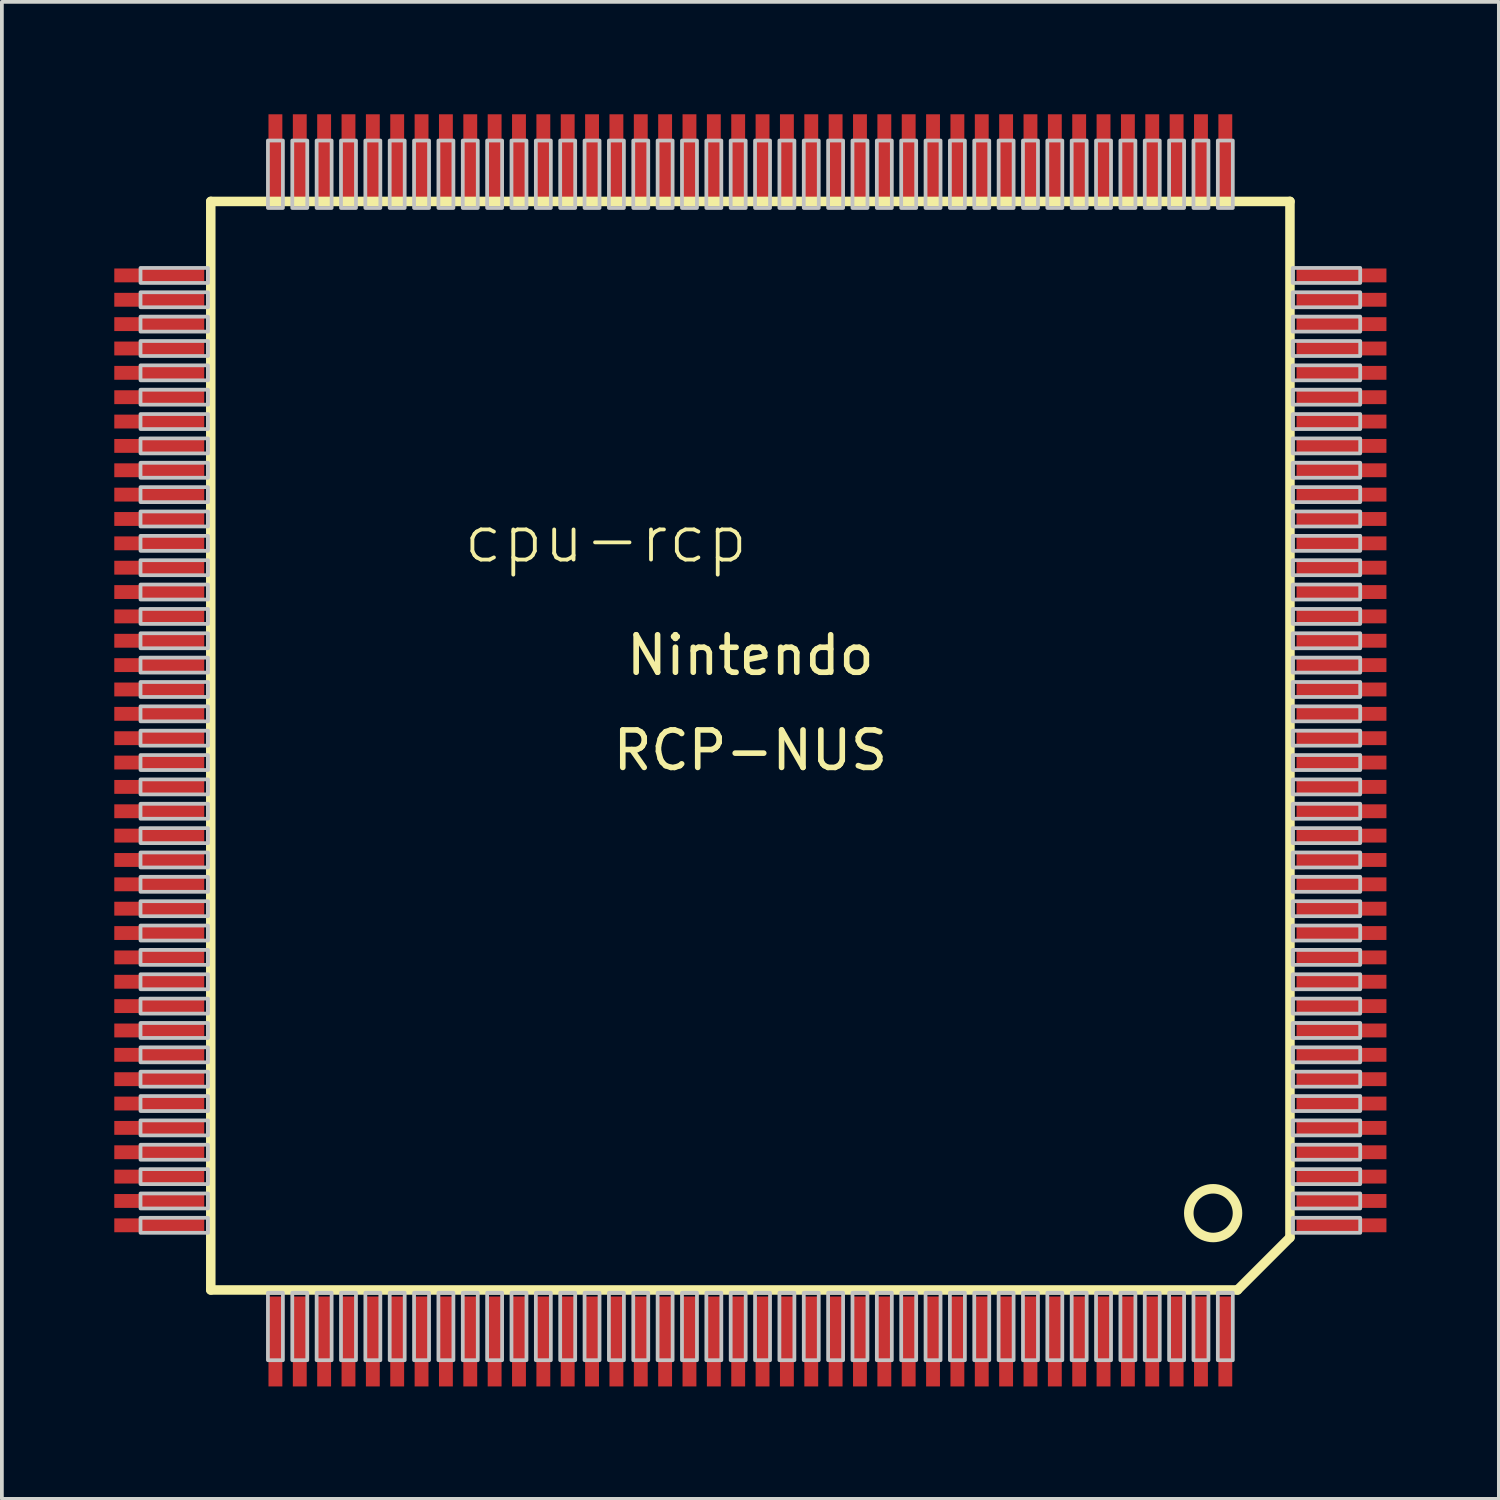
<source format=kicad_pcb>
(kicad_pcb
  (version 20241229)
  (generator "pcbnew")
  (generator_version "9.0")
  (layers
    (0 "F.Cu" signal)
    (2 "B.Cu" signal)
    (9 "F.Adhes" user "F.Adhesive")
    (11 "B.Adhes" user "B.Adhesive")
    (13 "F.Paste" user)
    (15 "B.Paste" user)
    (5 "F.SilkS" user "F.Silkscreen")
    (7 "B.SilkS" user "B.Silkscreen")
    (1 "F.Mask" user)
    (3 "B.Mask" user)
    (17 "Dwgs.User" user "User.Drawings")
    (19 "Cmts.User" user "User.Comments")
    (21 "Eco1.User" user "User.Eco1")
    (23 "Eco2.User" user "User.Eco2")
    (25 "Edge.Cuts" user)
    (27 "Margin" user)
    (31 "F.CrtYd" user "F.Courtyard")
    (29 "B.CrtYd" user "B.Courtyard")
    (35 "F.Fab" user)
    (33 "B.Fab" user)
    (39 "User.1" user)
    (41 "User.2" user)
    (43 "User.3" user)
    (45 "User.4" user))
  (footprint "cpu-rcp"
    (layer "F.Cu")
    (at 16.975 16.975)
    (property "Reference" "cpu-rcp" (at 0 -6.35 0) (layer "F.SilkS") (effects (font (size 1.206 1.206) (thickness 0.102)) (justify right top)))
    (attr through_hole)
    (fp_line (start -14.4 -14.65) (end 14.4 -14.65) (stroke (width 0.254) (type solid)) (layer "F.SilkS"))
    (fp_line (start -14.4 14.4) (end -14.4 -14.65) (stroke (width 0.254) (type solid)) (layer "F.SilkS"))
    (fp_line (start 13 14.4) (end -14.4 14.4) (stroke (width 0.254) (type solid)) (layer "F.SilkS"))
    (fp_line (start 14.4 -14.65) (end 14.4 13) (stroke (width 0.254) (type solid)) (layer "F.SilkS"))
    (fp_line (start 14.4 13) (end 13 14.4) (stroke (width 0.254) (type solid)) (layer "F.SilkS"))
    (fp_circle (center 12.35 12.35) (end 13 12.35) (stroke (width 0.254) (type solid)) (fill no) (layer "F.SilkS"))
    (fp_poly (pts (xy -16.275 -12.475) (xy -14.475 -12.475) (xy -14.475 -12.875) (xy -16.275 -12.875)) (stroke (width 0.1) (type solid)) (fill no) (layer "Dwgs.User"))
    (fp_poly (pts (xy -16.275 -11.825) (xy -14.475 -11.825) (xy -14.475 -12.225) (xy -16.275 -12.225)) (stroke (width 0.1) (type solid)) (fill no) (layer "Dwgs.User"))
    (fp_poly (pts (xy -16.275 -11.175) (xy -14.475 -11.175) (xy -14.475 -11.575) (xy -16.275 -11.575)) (stroke (width 0.1) (type solid)) (fill no) (layer "Dwgs.User"))
    (fp_poly (pts (xy -16.275 -10.525) (xy -14.475 -10.525) (xy -14.475 -10.925) (xy -16.275 -10.925)) (stroke (width 0.1) (type solid)) (fill no) (layer "Dwgs.User"))
    (fp_poly (pts (xy -16.275 -9.875) (xy -14.475 -9.875) (xy -14.475 -10.275) (xy -16.275 -10.275)) (stroke (width 0.1) (type solid)) (fill no) (layer "Dwgs.User"))
    (fp_poly (pts (xy -16.275 -9.225) (xy -14.475 -9.225) (xy -14.475 -9.625) (xy -16.275 -9.625)) (stroke (width 0.1) (type solid)) (fill no) (layer "Dwgs.User"))
    (fp_poly (pts (xy -16.275 -8.575) (xy -14.475 -8.575) (xy -14.475 -8.975) (xy -16.275 -8.975)) (stroke (width 0.1) (type solid)) (fill no) (layer "Dwgs.User"))
    (fp_poly (pts (xy -16.275 -7.925) (xy -14.475 -7.925) (xy -14.475 -8.325) (xy -16.275 -8.325)) (stroke (width 0.1) (type solid)) (fill no) (layer "Dwgs.User"))
    (fp_poly (pts (xy -16.275 -7.275) (xy -14.475 -7.275) (xy -14.475 -7.675) (xy -16.275 -7.675)) (stroke (width 0.1) (type solid)) (fill no) (layer "Dwgs.User"))
    (fp_poly (pts (xy -16.275 -6.625) (xy -14.475 -6.625) (xy -14.475 -7.025) (xy -16.275 -7.025)) (stroke (width 0.1) (type solid)) (fill no) (layer "Dwgs.User"))
    (fp_poly (pts (xy -16.275 -5.975) (xy -14.475 -5.975) (xy -14.475 -6.375) (xy -16.275 -6.375)) (stroke (width 0.1) (type solid)) (fill no) (layer "Dwgs.User"))
    (fp_poly (pts (xy -16.275 -5.325) (xy -14.475 -5.325) (xy -14.475 -5.725) (xy -16.275 -5.725)) (stroke (width 0.1) (type solid)) (fill no) (layer "Dwgs.User"))
    (fp_poly (pts (xy -16.275 -4.675) (xy -14.475 -4.675) (xy -14.475 -5.075) (xy -16.275 -5.075)) (stroke (width 0.1) (type solid)) (fill no) (layer "Dwgs.User"))
    (fp_poly (pts (xy -16.275 -4.025) (xy -14.475 -4.025) (xy -14.475 -4.425) (xy -16.275 -4.425)) (stroke (width 0.1) (type solid)) (fill no) (layer "Dwgs.User"))
    (fp_poly (pts (xy -16.275 -3.375) (xy -14.475 -3.375) (xy -14.475 -3.775) (xy -16.275 -3.775)) (stroke (width 0.1) (type solid)) (fill no) (layer "Dwgs.User"))
    (fp_poly (pts (xy -16.275 -2.725) (xy -14.475 -2.725) (xy -14.475 -3.125) (xy -16.275 -3.125)) (stroke (width 0.1) (type solid)) (fill no) (layer "Dwgs.User"))
    (fp_poly (pts (xy -16.275 -2.075) (xy -14.475 -2.075) (xy -14.475 -2.475) (xy -16.275 -2.475)) (stroke (width 0.1) (type solid)) (fill no) (layer "Dwgs.User"))
    (fp_poly (pts (xy -16.275 -1.425) (xy -14.475 -1.425) (xy -14.475 -1.825) (xy -16.275 -1.825)) (stroke (width 0.1) (type solid)) (fill no) (layer "Dwgs.User"))
    (fp_poly (pts (xy -16.275 -0.775) (xy -14.475 -0.775) (xy -14.475 -1.175) (xy -16.275 -1.175)) (stroke (width 0.1) (type solid)) (fill no) (layer "Dwgs.User"))
    (fp_poly (pts (xy -16.275 -0.125) (xy -14.475 -0.125) (xy -14.475 -0.525) (xy -16.275 -0.525)) (stroke (width 0.1) (type solid)) (fill no) (layer "Dwgs.User"))
    (fp_poly (pts (xy -16.275 0.525) (xy -14.475 0.525) (xy -14.475 0.125) (xy -16.275 0.125)) (stroke (width 0.1) (type solid)) (fill no) (layer "Dwgs.User"))
    (fp_poly (pts (xy -16.275 1.175) (xy -14.475 1.175) (xy -14.475 0.775) (xy -16.275 0.775)) (stroke (width 0.1) (type solid)) (fill no) (layer "Dwgs.User"))
    (fp_poly (pts (xy -16.275 1.825) (xy -14.475 1.825) (xy -14.475 1.425) (xy -16.275 1.425)) (stroke (width 0.1) (type solid)) (fill no) (layer "Dwgs.User"))
    (fp_poly (pts (xy -16.275 2.475) (xy -14.475 2.475) (xy -14.475 2.075) (xy -16.275 2.075)) (stroke (width 0.1) (type solid)) (fill no) (layer "Dwgs.User"))
    (fp_poly (pts (xy -16.275 3.125) (xy -14.475 3.125) (xy -14.475 2.725) (xy -16.275 2.725)) (stroke (width 0.1) (type solid)) (fill no) (layer "Dwgs.User"))
    (fp_poly (pts (xy -16.275 3.775) (xy -14.475 3.775) (xy -14.475 3.375) (xy -16.275 3.375)) (stroke (width 0.1) (type solid)) (fill no) (layer "Dwgs.User"))
    (fp_poly (pts (xy -16.275 4.425) (xy -14.475 4.425) (xy -14.475 4.025) (xy -16.275 4.025)) (stroke (width 0.1) (type solid)) (fill no) (layer "Dwgs.User"))
    (fp_poly (pts (xy -16.275 5.075) (xy -14.475 5.075) (xy -14.475 4.675) (xy -16.275 4.675)) (stroke (width 0.1) (type solid)) (fill no) (layer "Dwgs.User"))
    (fp_poly (pts (xy -16.275 5.725) (xy -14.475 5.725) (xy -14.475 5.325) (xy -16.275 5.325)) (stroke (width 0.1) (type solid)) (fill no) (layer "Dwgs.User"))
    (fp_poly (pts (xy -16.275 6.375) (xy -14.475 6.375) (xy -14.475 5.975) (xy -16.275 5.975)) (stroke (width 0.1) (type solid)) (fill no) (layer "Dwgs.User"))
    (fp_poly (pts (xy -16.275 7.025) (xy -14.475 7.025) (xy -14.475 6.625) (xy -16.275 6.625)) (stroke (width 0.1) (type solid)) (fill no) (layer "Dwgs.User"))
    (fp_poly (pts (xy -16.275 7.675) (xy -14.475 7.675) (xy -14.475 7.275) (xy -16.275 7.275)) (stroke (width 0.1) (type solid)) (fill no) (layer "Dwgs.User"))
    (fp_poly (pts (xy -16.275 8.325) (xy -14.475 8.325) (xy -14.475 7.925) (xy -16.275 7.925)) (stroke (width 0.1) (type solid)) (fill no) (layer "Dwgs.User"))
    (fp_poly (pts (xy -16.275 8.975) (xy -14.475 8.975) (xy -14.475 8.575) (xy -16.275 8.575)) (stroke (width 0.1) (type solid)) (fill no) (layer "Dwgs.User"))
    (fp_poly (pts (xy -16.275 9.625) (xy -14.475 9.625) (xy -14.475 9.225) (xy -16.275 9.225)) (stroke (width 0.1) (type solid)) (fill no) (layer "Dwgs.User"))
    (fp_poly (pts (xy -16.275 10.275) (xy -14.475 10.275) (xy -14.475 9.875) (xy -16.275 9.875)) (stroke (width 0.1) (type solid)) (fill no) (layer "Dwgs.User"))
    (fp_poly (pts (xy -16.275 10.925) (xy -14.475 10.925) (xy -14.475 10.525) (xy -16.275 10.525)) (stroke (width 0.1) (type solid)) (fill no) (layer "Dwgs.User"))
    (fp_poly (pts (xy -16.275 11.575) (xy -14.475 11.575) (xy -14.475 11.175) (xy -16.275 11.175)) (stroke (width 0.1) (type solid)) (fill no) (layer "Dwgs.User"))
    (fp_poly (pts (xy -16.275 12.225) (xy -14.475 12.225) (xy -14.475 11.825) (xy -16.275 11.825)) (stroke (width 0.1) (type solid)) (fill no) (layer "Dwgs.User"))
    (fp_poly (pts (xy -16.275 12.875) (xy -14.475 12.875) (xy -14.475 12.475) (xy -16.275 12.475)) (stroke (width 0.1) (type solid)) (fill no) (layer "Dwgs.User"))
    (fp_poly (pts (xy -12.875 -14.475) (xy -12.475 -14.475) (xy -12.475 -16.275) (xy -12.875 -16.275)) (stroke (width 0.1) (type solid)) (fill no) (layer "Dwgs.User"))
    (fp_poly (pts (xy -12.875 16.275) (xy -12.475 16.275) (xy -12.475 14.475) (xy -12.875 14.475)) (stroke (width 0.1) (type solid)) (fill no) (layer "Dwgs.User"))
    (fp_poly (pts (xy -12.225 -14.475) (xy -11.825 -14.475) (xy -11.825 -16.275) (xy -12.225 -16.275)) (stroke (width 0.1) (type solid)) (fill no) (layer "Dwgs.User"))
    (fp_poly (pts (xy -12.225 16.275) (xy -11.825 16.275) (xy -11.825 14.475) (xy -12.225 14.475)) (stroke (width 0.1) (type solid)) (fill no) (layer "Dwgs.User"))
    (fp_poly (pts (xy -11.575 -14.475) (xy -11.175 -14.475) (xy -11.175 -16.275) (xy -11.575 -16.275)) (stroke (width 0.1) (type solid)) (fill no) (layer "Dwgs.User"))
    (fp_poly (pts (xy -11.575 16.275) (xy -11.175 16.275) (xy -11.175 14.475) (xy -11.575 14.475)) (stroke (width 0.1) (type solid)) (fill no) (layer "Dwgs.User"))
    (fp_poly (pts (xy -10.925 -14.475) (xy -10.525 -14.475) (xy -10.525 -16.275) (xy -10.925 -16.275)) (stroke (width 0.1) (type solid)) (fill no) (layer "Dwgs.User"))
    (fp_poly (pts (xy -10.925 16.275) (xy -10.525 16.275) (xy -10.525 14.475) (xy -10.925 14.475)) (stroke (width 0.1) (type solid)) (fill no) (layer "Dwgs.User"))
    (fp_poly (pts (xy -10.275 -14.475) (xy -9.875 -14.475) (xy -9.875 -16.275) (xy -10.275 -16.275)) (stroke (width 0.1) (type solid)) (fill no) (layer "Dwgs.User"))
    (fp_poly (pts (xy -10.275 16.275) (xy -9.875 16.275) (xy -9.875 14.475) (xy -10.275 14.475)) (stroke (width 0.1) (type solid)) (fill no) (layer "Dwgs.User"))
    (fp_poly (pts (xy -9.625 -14.475) (xy -9.225 -14.475) (xy -9.225 -16.275) (xy -9.625 -16.275)) (stroke (width 0.1) (type solid)) (fill no) (layer "Dwgs.User"))
    (fp_poly (pts (xy -9.625 16.275) (xy -9.225 16.275) (xy -9.225 14.475) (xy -9.625 14.475)) (stroke (width 0.1) (type solid)) (fill no) (layer "Dwgs.User"))
    (fp_poly (pts (xy -8.975 -14.475) (xy -8.575 -14.475) (xy -8.575 -16.275) (xy -8.975 -16.275)) (stroke (width 0.1) (type solid)) (fill no) (layer "Dwgs.User"))
    (fp_poly (pts (xy -8.975 16.275) (xy -8.575 16.275) (xy -8.575 14.475) (xy -8.975 14.475)) (stroke (width 0.1) (type solid)) (fill no) (layer "Dwgs.User"))
    (fp_poly (pts (xy -8.325 -14.475) (xy -7.925 -14.475) (xy -7.925 -16.275) (xy -8.325 -16.275)) (stroke (width 0.1) (type solid)) (fill no) (layer "Dwgs.User"))
    (fp_poly (pts (xy -8.325 16.275) (xy -7.925 16.275) (xy -7.925 14.475) (xy -8.325 14.475)) (stroke (width 0.1) (type solid)) (fill no) (layer "Dwgs.User"))
    (fp_poly (pts (xy -7.675 -14.475) (xy -7.275 -14.475) (xy -7.275 -16.275) (xy -7.675 -16.275)) (stroke (width 0.1) (type solid)) (fill no) (layer "Dwgs.User"))
    (fp_poly (pts (xy -7.675 16.275) (xy -7.275 16.275) (xy -7.275 14.475) (xy -7.675 14.475)) (stroke (width 0.1) (type solid)) (fill no) (layer "Dwgs.User"))
    (fp_poly (pts (xy -7.025 -14.475) (xy -6.625 -14.475) (xy -6.625 -16.275) (xy -7.025 -16.275)) (stroke (width 0.1) (type solid)) (fill no) (layer "Dwgs.User"))
    (fp_poly (pts (xy -7.025 16.275) (xy -6.625 16.275) (xy -6.625 14.475) (xy -7.025 14.475)) (stroke (width 0.1) (type solid)) (fill no) (layer "Dwgs.User"))
    (fp_poly (pts (xy -6.375 -14.475) (xy -5.975 -14.475) (xy -5.975 -16.275) (xy -6.375 -16.275)) (stroke (width 0.1) (type solid)) (fill no) (layer "Dwgs.User"))
    (fp_poly (pts (xy -6.375 16.275) (xy -5.975 16.275) (xy -5.975 14.475) (xy -6.375 14.475)) (stroke (width 0.1) (type solid)) (fill no) (layer "Dwgs.User"))
    (fp_poly (pts (xy -5.725 -14.475) (xy -5.325 -14.475) (xy -5.325 -16.275) (xy -5.725 -16.275)) (stroke (width 0.1) (type solid)) (fill no) (layer "Dwgs.User"))
    (fp_poly (pts (xy -5.725 16.275) (xy -5.325 16.275) (xy -5.325 14.475) (xy -5.725 14.475)) (stroke (width 0.1) (type solid)) (fill no) (layer "Dwgs.User"))
    (fp_poly (pts (xy -5.075 -14.475) (xy -4.675 -14.475) (xy -4.675 -16.275) (xy -5.075 -16.275)) (stroke (width 0.1) (type solid)) (fill no) (layer "Dwgs.User"))
    (fp_poly (pts (xy -5.075 16.275) (xy -4.675 16.275) (xy -4.675 14.475) (xy -5.075 14.475)) (stroke (width 0.1) (type solid)) (fill no) (layer "Dwgs.User"))
    (fp_poly (pts (xy -4.425 -14.475) (xy -4.025 -14.475) (xy -4.025 -16.275) (xy -4.425 -16.275)) (stroke (width 0.1) (type solid)) (fill no) (layer "Dwgs.User"))
    (fp_poly (pts (xy -4.425 16.275) (xy -4.025 16.275) (xy -4.025 14.475) (xy -4.425 14.475)) (stroke (width 0.1) (type solid)) (fill no) (layer "Dwgs.User"))
    (fp_poly (pts (xy -3.775 -14.475) (xy -3.375 -14.475) (xy -3.375 -16.275) (xy -3.775 -16.275)) (stroke (width 0.1) (type solid)) (fill no) (layer "Dwgs.User"))
    (fp_poly (pts (xy -3.775 16.275) (xy -3.375 16.275) (xy -3.375 14.475) (xy -3.775 14.475)) (stroke (width 0.1) (type solid)) (fill no) (layer "Dwgs.User"))
    (fp_poly (pts (xy -3.125 -14.475) (xy -2.725 -14.475) (xy -2.725 -16.275) (xy -3.125 -16.275)) (stroke (width 0.1) (type solid)) (fill no) (layer "Dwgs.User"))
    (fp_poly (pts (xy -3.125 16.275) (xy -2.725 16.275) (xy -2.725 14.475) (xy -3.125 14.475)) (stroke (width 0.1) (type solid)) (fill no) (layer "Dwgs.User"))
    (fp_poly (pts (xy -2.475 -14.475) (xy -2.075 -14.475) (xy -2.075 -16.275) (xy -2.475 -16.275)) (stroke (width 0.1) (type solid)) (fill no) (layer "Dwgs.User"))
    (fp_poly (pts (xy -2.475 16.275) (xy -2.075 16.275) (xy -2.075 14.475) (xy -2.475 14.475)) (stroke (width 0.1) (type solid)) (fill no) (layer "Dwgs.User"))
    (fp_poly (pts (xy -1.825 -14.475) (xy -1.425 -14.475) (xy -1.425 -16.275) (xy -1.825 -16.275)) (stroke (width 0.1) (type solid)) (fill no) (layer "Dwgs.User"))
    (fp_poly (pts (xy -1.825 16.275) (xy -1.425 16.275) (xy -1.425 14.475) (xy -1.825 14.475)) (stroke (width 0.1) (type solid)) (fill no) (layer "Dwgs.User"))
    (fp_poly (pts (xy -1.175 -14.475) (xy -0.775 -14.475) (xy -0.775 -16.275) (xy -1.175 -16.275)) (stroke (width 0.1) (type solid)) (fill no) (layer "Dwgs.User"))
    (fp_poly (pts (xy -1.175 16.275) (xy -0.775 16.275) (xy -0.775 14.475) (xy -1.175 14.475)) (stroke (width 0.1) (type solid)) (fill no) (layer "Dwgs.User"))
    (fp_poly (pts (xy -0.525 -14.475) (xy -0.125 -14.475) (xy -0.125 -16.275) (xy -0.525 -16.275)) (stroke (width 0.1) (type solid)) (fill no) (layer "Dwgs.User"))
    (fp_poly (pts (xy -0.525 16.275) (xy -0.125 16.275) (xy -0.125 14.475) (xy -0.525 14.475)) (stroke (width 0.1) (type solid)) (fill no) (layer "Dwgs.User"))
    (fp_poly (pts (xy 0.125 -14.475) (xy 0.525 -14.475) (xy 0.525 -16.275) (xy 0.125 -16.275)) (stroke (width 0.1) (type solid)) (fill no) (layer "Dwgs.User"))
    (fp_poly (pts (xy 0.125 16.275) (xy 0.525 16.275) (xy 0.525 14.475) (xy 0.125 14.475)) (stroke (width 0.1) (type solid)) (fill no) (layer "Dwgs.User"))
    (fp_poly (pts (xy 0.775 -14.475) (xy 1.175 -14.475) (xy 1.175 -16.275) (xy 0.775 -16.275)) (stroke (width 0.1) (type solid)) (fill no) (layer "Dwgs.User"))
    (fp_poly (pts (xy 0.775 16.275) (xy 1.175 16.275) (xy 1.175 14.475) (xy 0.775 14.475)) (stroke (width 0.1) (type solid)) (fill no) (layer "Dwgs.User"))
    (fp_poly (pts (xy 1.425 -14.475) (xy 1.825 -14.475) (xy 1.825 -16.275) (xy 1.425 -16.275)) (stroke (width 0.1) (type solid)) (fill no) (layer "Dwgs.User"))
    (fp_poly (pts (xy 1.425 16.275) (xy 1.825 16.275) (xy 1.825 14.475) (xy 1.425 14.475)) (stroke (width 0.1) (type solid)) (fill no) (layer "Dwgs.User"))
    (fp_poly (pts (xy 2.075 -14.475) (xy 2.475 -14.475) (xy 2.475 -16.275) (xy 2.075 -16.275)) (stroke (width 0.1) (type solid)) (fill no) (layer "Dwgs.User"))
    (fp_poly (pts (xy 2.075 16.275) (xy 2.475 16.275) (xy 2.475 14.475) (xy 2.075 14.475)) (stroke (width 0.1) (type solid)) (fill no) (layer "Dwgs.User"))
    (fp_poly (pts (xy 2.725 -14.475) (xy 3.125 -14.475) (xy 3.125 -16.275) (xy 2.725 -16.275)) (stroke (width 0.1) (type solid)) (fill no) (layer "Dwgs.User"))
    (fp_poly (pts (xy 2.725 16.275) (xy 3.125 16.275) (xy 3.125 14.475) (xy 2.725 14.475)) (stroke (width 0.1) (type solid)) (fill no) (layer "Dwgs.User"))
    (fp_poly (pts (xy 3.375 -14.475) (xy 3.775 -14.475) (xy 3.775 -16.275) (xy 3.375 -16.275)) (stroke (width 0.1) (type solid)) (fill no) (layer "Dwgs.User"))
    (fp_poly (pts (xy 3.375 16.275) (xy 3.775 16.275) (xy 3.775 14.475) (xy 3.375 14.475)) (stroke (width 0.1) (type solid)) (fill no) (layer "Dwgs.User"))
    (fp_poly (pts (xy 4.025 -14.475) (xy 4.425 -14.475) (xy 4.425 -16.275) (xy 4.025 -16.275)) (stroke (width 0.1) (type solid)) (fill no) (layer "Dwgs.User"))
    (fp_poly (pts (xy 4.025 16.275) (xy 4.425 16.275) (xy 4.425 14.475) (xy 4.025 14.475)) (stroke (width 0.1) (type solid)) (fill no) (layer "Dwgs.User"))
    (fp_poly (pts (xy 4.675 -14.475) (xy 5.075 -14.475) (xy 5.075 -16.275) (xy 4.675 -16.275)) (stroke (width 0.1) (type solid)) (fill no) (layer "Dwgs.User"))
    (fp_poly (pts (xy 4.675 16.275) (xy 5.075 16.275) (xy 5.075 14.475) (xy 4.675 14.475)) (stroke (width 0.1) (type solid)) (fill no) (layer "Dwgs.User"))
    (fp_poly (pts (xy 5.325 -14.475) (xy 5.725 -14.475) (xy 5.725 -16.275) (xy 5.325 -16.275)) (stroke (width 0.1) (type solid)) (fill no) (layer "Dwgs.User"))
    (fp_poly (pts (xy 5.325 16.275) (xy 5.725 16.275) (xy 5.725 14.475) (xy 5.325 14.475)) (stroke (width 0.1) (type solid)) (fill no) (layer "Dwgs.User"))
    (fp_poly (pts (xy 5.975 -14.475) (xy 6.375 -14.475) (xy 6.375 -16.275) (xy 5.975 -16.275)) (stroke (width 0.1) (type solid)) (fill no) (layer "Dwgs.User"))
    (fp_poly (pts (xy 5.975 16.275) (xy 6.375 16.275) (xy 6.375 14.475) (xy 5.975 14.475)) (stroke (width 0.1) (type solid)) (fill no) (layer "Dwgs.User"))
    (fp_poly (pts (xy 6.625 -14.475) (xy 7.025 -14.475) (xy 7.025 -16.275) (xy 6.625 -16.275)) (stroke (width 0.1) (type solid)) (fill no) (layer "Dwgs.User"))
    (fp_poly (pts (xy 6.625 16.275) (xy 7.025 16.275) (xy 7.025 14.475) (xy 6.625 14.475)) (stroke (width 0.1) (type solid)) (fill no) (layer "Dwgs.User"))
    (fp_poly (pts (xy 7.275 -14.475) (xy 7.675 -14.475) (xy 7.675 -16.275) (xy 7.275 -16.275)) (stroke (width 0.1) (type solid)) (fill no) (layer "Dwgs.User"))
    (fp_poly (pts (xy 7.275 16.275) (xy 7.675 16.275) (xy 7.675 14.475) (xy 7.275 14.475)) (stroke (width 0.1) (type solid)) (fill no) (layer "Dwgs.User"))
    (fp_poly (pts (xy 7.925 -14.475) (xy 8.325 -14.475) (xy 8.325 -16.275) (xy 7.925 -16.275)) (stroke (width 0.1) (type solid)) (fill no) (layer "Dwgs.User"))
    (fp_poly (pts (xy 7.925 16.275) (xy 8.325 16.275) (xy 8.325 14.475) (xy 7.925 14.475)) (stroke (width 0.1) (type solid)) (fill no) (layer "Dwgs.User"))
    (fp_poly (pts (xy 8.575 -14.475) (xy 8.975 -14.475) (xy 8.975 -16.275) (xy 8.575 -16.275)) (stroke (width 0.1) (type solid)) (fill no) (layer "Dwgs.User"))
    (fp_poly (pts (xy 8.575 16.275) (xy 8.975 16.275) (xy 8.975 14.475) (xy 8.575 14.475)) (stroke (width 0.1) (type solid)) (fill no) (layer "Dwgs.User"))
    (fp_poly (pts (xy 9.225 -14.475) (xy 9.625 -14.475) (xy 9.625 -16.275) (xy 9.225 -16.275)) (stroke (width 0.1) (type solid)) (fill no) (layer "Dwgs.User"))
    (fp_poly (pts (xy 9.225 16.275) (xy 9.625 16.275) (xy 9.625 14.475) (xy 9.225 14.475)) (stroke (width 0.1) (type solid)) (fill no) (layer "Dwgs.User"))
    (fp_poly (pts (xy 9.875 -14.475) (xy 10.275 -14.475) (xy 10.275 -16.275) (xy 9.875 -16.275)) (stroke (width 0.1) (type solid)) (fill no) (layer "Dwgs.User"))
    (fp_poly (pts (xy 9.875 16.275) (xy 10.275 16.275) (xy 10.275 14.475) (xy 9.875 14.475)) (stroke (width 0.1) (type solid)) (fill no) (layer "Dwgs.User"))
    (fp_poly (pts (xy 10.525 -14.475) (xy 10.925 -14.475) (xy 10.925 -16.275) (xy 10.525 -16.275)) (stroke (width 0.1) (type solid)) (fill no) (layer "Dwgs.User"))
    (fp_poly (pts (xy 10.525 16.275) (xy 10.925 16.275) (xy 10.925 14.475) (xy 10.525 14.475)) (stroke (width 0.1) (type solid)) (fill no) (layer "Dwgs.User"))
    (fp_poly (pts (xy 11.175 -14.475) (xy 11.575 -14.475) (xy 11.575 -16.275) (xy 11.175 -16.275)) (stroke (width 0.1) (type solid)) (fill no) (layer "Dwgs.User"))
    (fp_poly (pts (xy 11.175 16.275) (xy 11.575 16.275) (xy 11.575 14.475) (xy 11.175 14.475)) (stroke (width 0.1) (type solid)) (fill no) (layer "Dwgs.User"))
    (fp_poly (pts (xy 11.825 -14.475) (xy 12.225 -14.475) (xy 12.225 -16.275) (xy 11.825 -16.275)) (stroke (width 0.1) (type solid)) (fill no) (layer "Dwgs.User"))
    (fp_poly (pts (xy 11.825 16.275) (xy 12.225 16.275) (xy 12.225 14.475) (xy 11.825 14.475)) (stroke (width 0.1) (type solid)) (fill no) (layer "Dwgs.User"))
    (fp_poly (pts (xy 12.475 -14.475) (xy 12.875 -14.475) (xy 12.875 -16.275) (xy 12.475 -16.275)) (stroke (width 0.1) (type solid)) (fill no) (layer "Dwgs.User"))
    (fp_poly (pts (xy 12.475 16.275) (xy 12.875 16.275) (xy 12.875 14.475) (xy 12.475 14.475)) (stroke (width 0.1) (type solid)) (fill no) (layer "Dwgs.User"))
    (fp_poly (pts (xy 14.475 -12.475) (xy 16.275 -12.475) (xy 16.275 -12.875) (xy 14.475 -12.875)) (stroke (width 0.1) (type solid)) (fill no) (layer "Dwgs.User"))
    (fp_poly (pts (xy 14.475 -11.825) (xy 16.275 -11.825) (xy 16.275 -12.225) (xy 14.475 -12.225)) (stroke (width 0.1) (type solid)) (fill no) (layer "Dwgs.User"))
    (fp_poly (pts (xy 14.475 -11.175) (xy 16.275 -11.175) (xy 16.275 -11.575) (xy 14.475 -11.575)) (stroke (width 0.1) (type solid)) (fill no) (layer "Dwgs.User"))
    (fp_poly (pts (xy 14.475 -10.525) (xy 16.275 -10.525) (xy 16.275 -10.925) (xy 14.475 -10.925)) (stroke (width 0.1) (type solid)) (fill no) (layer "Dwgs.User"))
    (fp_poly (pts (xy 14.475 -9.875) (xy 16.275 -9.875) (xy 16.275 -10.275) (xy 14.475 -10.275)) (stroke (width 0.1) (type solid)) (fill no) (layer "Dwgs.User"))
    (fp_poly (pts (xy 14.475 -9.225) (xy 16.275 -9.225) (xy 16.275 -9.625) (xy 14.475 -9.625)) (stroke (width 0.1) (type solid)) (fill no) (layer "Dwgs.User"))
    (fp_poly (pts (xy 14.475 -8.575) (xy 16.275 -8.575) (xy 16.275 -8.975) (xy 14.475 -8.975)) (stroke (width 0.1) (type solid)) (fill no) (layer "Dwgs.User"))
    (fp_poly (pts (xy 14.475 -7.925) (xy 16.275 -7.925) (xy 16.275 -8.325) (xy 14.475 -8.325)) (stroke (width 0.1) (type solid)) (fill no) (layer "Dwgs.User"))
    (fp_poly (pts (xy 14.475 -7.275) (xy 16.275 -7.275) (xy 16.275 -7.675) (xy 14.475 -7.675)) (stroke (width 0.1) (type solid)) (fill no) (layer "Dwgs.User"))
    (fp_poly (pts (xy 14.475 -6.625) (xy 16.275 -6.625) (xy 16.275 -7.025) (xy 14.475 -7.025)) (stroke (width 0.1) (type solid)) (fill no) (layer "Dwgs.User"))
    (fp_poly (pts (xy 14.475 -5.975) (xy 16.275 -5.975) (xy 16.275 -6.375) (xy 14.475 -6.375)) (stroke (width 0.1) (type solid)) (fill no) (layer "Dwgs.User"))
    (fp_poly (pts (xy 14.475 -5.325) (xy 16.275 -5.325) (xy 16.275 -5.725) (xy 14.475 -5.725)) (stroke (width 0.1) (type solid)) (fill no) (layer "Dwgs.User"))
    (fp_poly (pts (xy 14.475 -4.675) (xy 16.275 -4.675) (xy 16.275 -5.075) (xy 14.475 -5.075)) (stroke (width 0.1) (type solid)) (fill no) (layer "Dwgs.User"))
    (fp_poly (pts (xy 14.475 -4.025) (xy 16.275 -4.025) (xy 16.275 -4.425) (xy 14.475 -4.425)) (stroke (width 0.1) (type solid)) (fill no) (layer "Dwgs.User"))
    (fp_poly (pts (xy 14.475 -3.375) (xy 16.275 -3.375) (xy 16.275 -3.775) (xy 14.475 -3.775)) (stroke (width 0.1) (type solid)) (fill no) (layer "Dwgs.User"))
    (fp_poly (pts (xy 14.475 -2.725) (xy 16.275 -2.725) (xy 16.275 -3.125) (xy 14.475 -3.125)) (stroke (width 0.1) (type solid)) (fill no) (layer "Dwgs.User"))
    (fp_poly (pts (xy 14.475 -2.075) (xy 16.275 -2.075) (xy 16.275 -2.475) (xy 14.475 -2.475)) (stroke (width 0.1) (type solid)) (fill no) (layer "Dwgs.User"))
    (fp_poly (pts (xy 14.475 -1.425) (xy 16.275 -1.425) (xy 16.275 -1.825) (xy 14.475 -1.825)) (stroke (width 0.1) (type solid)) (fill no) (layer "Dwgs.User"))
    (fp_poly (pts (xy 14.475 -0.775) (xy 16.275 -0.775) (xy 16.275 -1.175) (xy 14.475 -1.175)) (stroke (width 0.1) (type solid)) (fill no) (layer "Dwgs.User"))
    (fp_poly (pts (xy 14.475 -0.125) (xy 16.275 -0.125) (xy 16.275 -0.525) (xy 14.475 -0.525)) (stroke (width 0.1) (type solid)) (fill no) (layer "Dwgs.User"))
    (fp_poly (pts (xy 14.475 0.525) (xy 16.275 0.525) (xy 16.275 0.125) (xy 14.475 0.125)) (stroke (width 0.1) (type solid)) (fill no) (layer "Dwgs.User"))
    (fp_poly (pts (xy 14.475 1.175) (xy 16.275 1.175) (xy 16.275 0.775) (xy 14.475 0.775)) (stroke (width 0.1) (type solid)) (fill no) (layer "Dwgs.User"))
    (fp_poly (pts (xy 14.475 1.825) (xy 16.275 1.825) (xy 16.275 1.425) (xy 14.475 1.425)) (stroke (width 0.1) (type solid)) (fill no) (layer "Dwgs.User"))
    (fp_poly (pts (xy 14.475 2.475) (xy 16.275 2.475) (xy 16.275 2.075) (xy 14.475 2.075)) (stroke (width 0.1) (type solid)) (fill no) (layer "Dwgs.User"))
    (fp_poly (pts (xy 14.475 3.125) (xy 16.275 3.125) (xy 16.275 2.725) (xy 14.475 2.725)) (stroke (width 0.1) (type solid)) (fill no) (layer "Dwgs.User"))
    (fp_poly (pts (xy 14.475 3.775) (xy 16.275 3.775) (xy 16.275 3.375) (xy 14.475 3.375)) (stroke (width 0.1) (type solid)) (fill no) (layer "Dwgs.User"))
    (fp_poly (pts (xy 14.475 4.425) (xy 16.275 4.425) (xy 16.275 4.025) (xy 14.475 4.025)) (stroke (width 0.1) (type solid)) (fill no) (layer "Dwgs.User"))
    (fp_poly (pts (xy 14.475 5.075) (xy 16.275 5.075) (xy 16.275 4.675) (xy 14.475 4.675)) (stroke (width 0.1) (type solid)) (fill no) (layer "Dwgs.User"))
    (fp_poly (pts (xy 14.475 5.725) (xy 16.275 5.725) (xy 16.275 5.325) (xy 14.475 5.325)) (stroke (width 0.1) (type solid)) (fill no) (layer "Dwgs.User"))
    (fp_poly (pts (xy 14.475 6.375) (xy 16.275 6.375) (xy 16.275 5.975) (xy 14.475 5.975)) (stroke (width 0.1) (type solid)) (fill no) (layer "Dwgs.User"))
    (fp_poly (pts (xy 14.475 7.025) (xy 16.275 7.025) (xy 16.275 6.625) (xy 14.475 6.625)) (stroke (width 0.1) (type solid)) (fill no) (layer "Dwgs.User"))
    (fp_poly (pts (xy 14.475 7.675) (xy 16.275 7.675) (xy 16.275 7.275) (xy 14.475 7.275)) (stroke (width 0.1) (type solid)) (fill no) (layer "Dwgs.User"))
    (fp_poly (pts (xy 14.475 8.325) (xy 16.275 8.325) (xy 16.275 7.925) (xy 14.475 7.925)) (stroke (width 0.1) (type solid)) (fill no) (layer "Dwgs.User"))
    (fp_poly (pts (xy 14.475 8.975) (xy 16.275 8.975) (xy 16.275 8.575) (xy 14.475 8.575)) (stroke (width 0.1) (type solid)) (fill no) (layer "Dwgs.User"))
    (fp_poly (pts (xy 14.475 9.625) (xy 16.275 9.625) (xy 16.275 9.225) (xy 14.475 9.225)) (stroke (width 0.1) (type solid)) (fill no) (layer "Dwgs.User"))
    (fp_poly (pts (xy 14.475 10.275) (xy 16.275 10.275) (xy 16.275 9.875) (xy 14.475 9.875)) (stroke (width 0.1) (type solid)) (fill no) (layer "Dwgs.User"))
    (fp_poly (pts (xy 14.475 10.925) (xy 16.275 10.925) (xy 16.275 10.525) (xy 14.475 10.525)) (stroke (width 0.1) (type solid)) (fill no) (layer "Dwgs.User"))
    (fp_poly (pts (xy 14.475 11.575) (xy 16.275 11.575) (xy 16.275 11.175) (xy 14.475 11.175)) (stroke (width 0.1) (type solid)) (fill no) (layer "Dwgs.User"))
    (fp_poly (pts (xy 14.475 12.225) (xy 16.275 12.225) (xy 16.275 11.825) (xy 14.475 11.825)) (stroke (width 0.1) (type solid)) (fill no) (layer "Dwgs.User"))
    (fp_poly (pts (xy 14.475 12.875) (xy 16.275 12.875) (xy 16.275 12.475) (xy 14.475 12.475)) (stroke (width 0.1) (type solid)) (fill no) (layer "Dwgs.User"))
    (fp_text user "RCP-NUS" (at 0 0 0) (layer "F.SilkS") (effects (font (size 1 1) (thickness 0.15))))
    (fp_text user "Nintendo" (at 0 -2.54 0) (layer "F.SilkS") (effects (font (size 1 1) (thickness 0.15))))
    (pad "1" smd rect (at 15.775 12.675 180) (size 2.4 0.37) (layers "F.Cu" "F.Mask" "F.Paste"))
    (pad "2" smd rect (at 15.775 12.025 180) (size 2.4 0.37) (layers "F.Cu" "F.Mask" "F.Paste"))
    (pad "3" smd rect (at 15.775 11.375 180) (size 2.4 0.37) (layers "F.Cu" "F.Mask" "F.Paste"))
    (pad "4" smd rect (at 15.775 10.725 180) (size 2.4 0.37) (layers "F.Cu" "F.Mask" "F.Paste"))
    (pad "5" smd rect (at 15.775 10.075 180) (size 2.4 0.37) (layers "F.Cu" "F.Mask" "F.Paste"))
    (pad "6" smd rect (at 15.775 9.425 180) (size 2.4 0.37) (layers "F.Cu" "F.Mask" "F.Paste"))
    (pad "7" smd rect (at 15.775 8.775 180) (size 2.4 0.37) (layers "F.Cu" "F.Mask" "F.Paste"))
    (pad "8" smd rect (at 15.775 8.125 180) (size 2.4 0.37) (layers "F.Cu" "F.Mask" "F.Paste"))
    (pad "9" smd rect (at 15.775 7.475 180) (size 2.4 0.37) (layers "F.Cu" "F.Mask" "F.Paste"))
    (pad "10" smd rect (at 15.775 6.825 180) (size 2.4 0.37) (layers "F.Cu" "F.Mask" "F.Paste"))
    (pad "11" smd rect (at 15.775 6.175 180) (size 2.4 0.37) (layers "F.Cu" "F.Mask" "F.Paste"))
    (pad "12" smd rect (at 15.775 5.525 180) (size 2.4 0.37) (layers "F.Cu" "F.Mask" "F.Paste"))
    (pad "13" smd rect (at 15.775 4.875 180) (size 2.4 0.37) (layers "F.Cu" "F.Mask" "F.Paste"))
    (pad "14" smd rect (at 15.775 4.225 180) (size 2.4 0.37) (layers "F.Cu" "F.Mask" "F.Paste"))
    (pad "15" smd rect (at 15.775 3.575 180) (size 2.4 0.37) (layers "F.Cu" "F.Mask" "F.Paste"))
    (pad "16" smd rect (at 15.775 2.925 180) (size 2.4 0.37) (layers "F.Cu" "F.Mask" "F.Paste"))
    (pad "17" smd rect (at 15.775 2.275 180) (size 2.4 0.37) (layers "F.Cu" "F.Mask" "F.Paste"))
    (pad "18" smd rect (at 15.775 1.625 180) (size 2.4 0.37) (layers "F.Cu" "F.Mask" "F.Paste"))
    (pad "19" smd rect (at 15.775 0.975 180) (size 2.4 0.37) (layers "F.Cu" "F.Mask" "F.Paste"))
    (pad "20" smd rect (at 15.775 0.325 180) (size 2.4 0.37) (layers "F.Cu" "F.Mask" "F.Paste"))
    (pad "21" smd rect (at 15.775 -0.325 180) (size 2.4 0.37) (layers "F.Cu" "F.Mask" "F.Paste"))
    (pad "22" smd rect (at 15.775 -0.975 180) (size 2.4 0.37) (layers "F.Cu" "F.Mask" "F.Paste"))
    (pad "23" smd rect (at 15.775 -1.625 180) (size 2.4 0.37) (layers "F.Cu" "F.Mask" "F.Paste"))
    (pad "24" smd rect (at 15.775 -2.275 180) (size 2.4 0.37) (layers "F.Cu" "F.Mask" "F.Paste"))
    (pad "25" smd rect (at 15.775 -2.925 180) (size 2.4 0.37) (layers "F.Cu" "F.Mask" "F.Paste"))
    (pad "26" smd rect (at 15.775 -3.575 180) (size 2.4 0.37) (layers "F.Cu" "F.Mask" "F.Paste"))
    (pad "27" smd rect (at 15.775 -4.225 180) (size 2.4 0.37) (layers "F.Cu" "F.Mask" "F.Paste"))
    (pad "28" smd rect (at 15.775 -4.875 180) (size 2.4 0.37) (layers "F.Cu" "F.Mask" "F.Paste"))
    (pad "29" smd rect (at 15.775 -5.525 180) (size 2.4 0.37) (layers "F.Cu" "F.Mask" "F.Paste"))
    (pad "30" smd rect (at 15.775 -6.175 180) (size 2.4 0.37) (layers "F.Cu" "F.Mask" "F.Paste"))
    (pad "31" smd rect (at 15.775 -6.825 180) (size 2.4 0.37) (layers "F.Cu" "F.Mask" "F.Paste"))
    (pad "32" smd rect (at 15.775 -7.475 180) (size 2.4 0.37) (layers "F.Cu" "F.Mask" "F.Paste"))
    (pad "33" smd rect (at 15.775 -8.125 180) (size 2.4 0.37) (layers "F.Cu" "F.Mask" "F.Paste"))
    (pad "34" smd rect (at 15.775 -8.775 180) (size 2.4 0.37) (layers "F.Cu" "F.Mask" "F.Paste"))
    (pad "35" smd rect (at 15.775 -9.425 180) (size 2.4 0.37) (layers "F.Cu" "F.Mask" "F.Paste"))
    (pad "36" smd rect (at 15.775 -10.075 180) (size 2.4 0.37) (layers "F.Cu" "F.Mask" "F.Paste"))
    (pad "37" smd rect (at 15.775 -10.725 180) (size 2.4 0.37) (layers "F.Cu" "F.Mask" "F.Paste"))
    (pad "38" smd rect (at 15.775 -11.375 180) (size 2.4 0.37) (layers "F.Cu" "F.Mask" "F.Paste"))
    (pad "39" smd rect (at 15.775 -12.025 180) (size 2.4 0.37) (layers "F.Cu" "F.Mask" "F.Paste"))
    (pad "40" smd rect (at 15.775 -12.675 180) (size 2.4 0.37) (layers "F.Cu" "F.Mask" "F.Paste"))
    (pad "41" smd rect (at 12.675 -15.775 180) (size 0.37 2.4) (layers "F.Cu" "F.Mask" "F.Paste"))
    (pad "42" smd rect (at 12.025 -15.775 180) (size 0.37 2.4) (layers "F.Cu" "F.Mask" "F.Paste"))
    (pad "43" smd rect (at 11.375 -15.775 180) (size 0.37 2.4) (layers "F.Cu" "F.Mask" "F.Paste"))
    (pad "44" smd rect (at 10.725 -15.775 180) (size 0.37 2.4) (layers "F.Cu" "F.Mask" "F.Paste"))
    (pad "45" smd rect (at 10.075 -15.775 180) (size 0.37 2.4) (layers "F.Cu" "F.Mask" "F.Paste"))
    (pad "46" smd rect (at 9.425 -15.775 180) (size 0.37 2.4) (layers "F.Cu" "F.Mask" "F.Paste"))
    (pad "47" smd rect (at 8.775 -15.775 180) (size 0.37 2.4) (layers "F.Cu" "F.Mask" "F.Paste"))
    (pad "48" smd rect (at 8.125 -15.775 180) (size 0.37 2.4) (layers "F.Cu" "F.Mask" "F.Paste"))
    (pad "49" smd rect (at 7.475 -15.775 180) (size 0.37 2.4) (layers "F.Cu" "F.Mask" "F.Paste"))
    (pad "50" smd rect (at 6.825 -15.775 180) (size 0.37 2.4) (layers "F.Cu" "F.Mask" "F.Paste"))
    (pad "51" smd rect (at 6.175 -15.775 180) (size 0.37 2.4) (layers "F.Cu" "F.Mask" "F.Paste"))
    (pad "52" smd rect (at 5.525 -15.775 180) (size 0.37 2.4) (layers "F.Cu" "F.Mask" "F.Paste"))
    (pad "53" smd rect (at 4.875 -15.775 180) (size 0.37 2.4) (layers "F.Cu" "F.Mask" "F.Paste"))
    (pad "54" smd rect (at 4.225 -15.775 180) (size 0.37 2.4) (layers "F.Cu" "F.Mask" "F.Paste"))
    (pad "55" smd rect (at 3.575 -15.775 180) (size 0.37 2.4) (layers "F.Cu" "F.Mask" "F.Paste"))
    (pad "56" smd rect (at 2.925 -15.775 180) (size 0.37 2.4) (layers "F.Cu" "F.Mask" "F.Paste"))
    (pad "57" smd rect (at 2.275 -15.775 180) (size 0.37 2.4) (layers "F.Cu" "F.Mask" "F.Paste"))
    (pad "58" smd rect (at 1.625 -15.775 180) (size 0.37 2.4) (layers "F.Cu" "F.Mask" "F.Paste"))
    (pad "59" smd rect (at 0.975 -15.775 180) (size 0.37 2.4) (layers "F.Cu" "F.Mask" "F.Paste"))
    (pad "60" smd rect (at 0.325 -15.775 180) (size 0.37 2.4) (layers "F.Cu" "F.Mask" "F.Paste"))
    (pad "61" smd rect (at -0.325 -15.775 180) (size 0.37 2.4) (layers "F.Cu" "F.Mask" "F.Paste"))
    (pad "62" smd rect (at -0.975 -15.775 180) (size 0.37 2.4) (layers "F.Cu" "F.Mask" "F.Paste"))
    (pad "63" smd rect (at -1.625 -15.775 180) (size 0.37 2.4) (layers "F.Cu" "F.Mask" "F.Paste"))
    (pad "64" smd rect (at -2.275 -15.775 180) (size 0.37 2.4) (layers "F.Cu" "F.Mask" "F.Paste"))
    (pad "65" smd rect (at -2.925 -15.775 180) (size 0.37 2.4) (layers "F.Cu" "F.Mask" "F.Paste"))
    (pad "66" smd rect (at -3.575 -15.775 180) (size 0.37 2.4) (layers "F.Cu" "F.Mask" "F.Paste"))
    (pad "67" smd rect (at -4.225 -15.775 180) (size 0.37 2.4) (layers "F.Cu" "F.Mask" "F.Paste"))
    (pad "68" smd rect (at -4.875 -15.775 180) (size 0.37 2.4) (layers "F.Cu" "F.Mask" "F.Paste"))
    (pad "69" smd rect (at -5.525 -15.775 180) (size 0.37 2.4) (layers "F.Cu" "F.Mask" "F.Paste"))
    (pad "70" smd rect (at -6.175 -15.775 180) (size 0.37 2.4) (layers "F.Cu" "F.Mask" "F.Paste"))
    (pad "71" smd rect (at -6.825 -15.775 180) (size 0.37 2.4) (layers "F.Cu" "F.Mask" "F.Paste"))
    (pad "72" smd rect (at -7.475 -15.775 180) (size 0.37 2.4) (layers "F.Cu" "F.Mask" "F.Paste"))
    (pad "73" smd rect (at -8.125 -15.775 180) (size 0.37 2.4) (layers "F.Cu" "F.Mask" "F.Paste"))
    (pad "74" smd rect (at -8.775 -15.775 180) (size 0.37 2.4) (layers "F.Cu" "F.Mask" "F.Paste"))
    (pad "75" smd rect (at -9.425 -15.775 180) (size 0.37 2.4) (layers "F.Cu" "F.Mask" "F.Paste"))
    (pad "76" smd rect (at -10.075 -15.775 180) (size 0.37 2.4) (layers "F.Cu" "F.Mask" "F.Paste"))
    (pad "77" smd rect (at -10.725 -15.775 180) (size 0.37 2.4) (layers "F.Cu" "F.Mask" "F.Paste"))
    (pad "78" smd rect (at -11.375 -15.775 180) (size 0.37 2.4) (layers "F.Cu" "F.Mask" "F.Paste"))
    (pad "79" smd rect (at -12.025 -15.775 180) (size 0.37 2.4) (layers "F.Cu" "F.Mask" "F.Paste"))
    (pad "80" smd rect (at -12.675 -15.775 180) (size 0.37 2.4) (layers "F.Cu" "F.Mask" "F.Paste"))
    (pad "81" smd rect (at -15.775 -12.675 180) (size 2.4 0.37) (layers "F.Cu" "F.Mask" "F.Paste"))
    (pad "82" smd rect (at -15.775 -12.025 180) (size 2.4 0.37) (layers "F.Cu" "F.Mask" "F.Paste"))
    (pad "83" smd rect (at -15.775 -11.375 180) (size 2.4 0.37) (layers "F.Cu" "F.Mask" "F.Paste"))
    (pad "84" smd rect (at -15.775 -10.725 180) (size 2.4 0.37) (layers "F.Cu" "F.Mask" "F.Paste"))
    (pad "85" smd rect (at -15.775 -10.075 180) (size 2.4 0.37) (layers "F.Cu" "F.Mask" "F.Paste"))
    (pad "86" smd rect (at -15.775 -9.425 180) (size 2.4 0.37) (layers "F.Cu" "F.Mask" "F.Paste"))
    (pad "87" smd rect (at -15.775 -8.775 180) (size 2.4 0.37) (layers "F.Cu" "F.Mask" "F.Paste"))
    (pad "88" smd rect (at -15.775 -8.125 180) (size 2.4 0.37) (layers "F.Cu" "F.Mask" "F.Paste"))
    (pad "89" smd rect (at -15.775 -7.475 180) (size 2.4 0.37) (layers "F.Cu" "F.Mask" "F.Paste"))
    (pad "90" smd rect (at -15.775 -6.825 180) (size 2.4 0.37) (layers "F.Cu" "F.Mask" "F.Paste"))
    (pad "91" smd rect (at -15.775 -6.175 180) (size 2.4 0.37) (layers "F.Cu" "F.Mask" "F.Paste"))
    (pad "92" smd rect (at -15.775 -5.525 180) (size 2.4 0.37) (layers "F.Cu" "F.Mask" "F.Paste"))
    (pad "93" smd rect (at -15.775 -4.875 180) (size 2.4 0.37) (layers "F.Cu" "F.Mask" "F.Paste"))
    (pad "94" smd rect (at -15.775 -4.225 180) (size 2.4 0.37) (layers "F.Cu" "F.Mask" "F.Paste"))
    (pad "95" smd rect (at -15.775 -3.575 180) (size 2.4 0.37) (layers "F.Cu" "F.Mask" "F.Paste"))
    (pad "96" smd rect (at -15.775 -2.925 180) (size 2.4 0.37) (layers "F.Cu" "F.Mask" "F.Paste"))
    (pad "97" smd rect (at -15.775 -2.275 180) (size 2.4 0.37) (layers "F.Cu" "F.Mask" "F.Paste"))
    (pad "98" smd rect (at -15.775 -1.625 180) (size 2.4 0.37) (layers "F.Cu" "F.Mask" "F.Paste"))
    (pad "99" smd rect (at -15.775 -0.975 180) (size 2.4 0.37) (layers "F.Cu" "F.Mask" "F.Paste"))
    (pad "100" smd rect (at -15.775 -0.325 180) (size 2.4 0.37) (layers "F.Cu" "F.Mask" "F.Paste"))
    (pad "101" smd rect (at -15.775 0.325 180) (size 2.4 0.37) (layers "F.Cu" "F.Mask" "F.Paste"))
    (pad "102" smd rect (at -15.775 0.975 180) (size 2.4 0.37) (layers "F.Cu" "F.Mask" "F.Paste"))
    (pad "103" smd rect (at -15.775 1.625 180) (size 2.4 0.37) (layers "F.Cu" "F.Mask" "F.Paste"))
    (pad "104" smd rect (at -15.775 2.275 180) (size 2.4 0.37) (layers "F.Cu" "F.Mask" "F.Paste"))
    (pad "105" smd rect (at -15.775 2.925 180) (size 2.4 0.37) (layers "F.Cu" "F.Mask" "F.Paste"))
    (pad "106" smd rect (at -15.775 3.575 180) (size 2.4 0.37) (layers "F.Cu" "F.Mask" "F.Paste"))
    (pad "107" smd rect (at -15.775 4.225 180) (size 2.4 0.37) (layers "F.Cu" "F.Mask" "F.Paste"))
    (pad "108" smd rect (at -15.775 4.875 180) (size 2.4 0.37) (layers "F.Cu" "F.Mask" "F.Paste"))
    (pad "109" smd rect (at -15.775 5.525 180) (size 2.4 0.37) (layers "F.Cu" "F.Mask" "F.Paste"))
    (pad "110" smd rect (at -15.775 6.175 180) (size 2.4 0.37) (layers "F.Cu" "F.Mask" "F.Paste"))
    (pad "111" smd rect (at -15.775 6.825 180) (size 2.4 0.37) (layers "F.Cu" "F.Mask" "F.Paste"))
    (pad "112" smd rect (at -15.775 7.475 180) (size 2.4 0.37) (layers "F.Cu" "F.Mask" "F.Paste"))
    (pad "113" smd rect (at -15.775 8.125 180) (size 2.4 0.37) (layers "F.Cu" "F.Mask" "F.Paste"))
    (pad "114" smd rect (at -15.775 8.775 180) (size 2.4 0.37) (layers "F.Cu" "F.Mask" "F.Paste"))
    (pad "115" smd rect (at -15.775 9.425 180) (size 2.4 0.37) (layers "F.Cu" "F.Mask" "F.Paste"))
    (pad "116" smd rect (at -15.775 10.075 180) (size 2.4 0.37) (layers "F.Cu" "F.Mask" "F.Paste"))
    (pad "117" smd rect (at -15.775 10.725 180) (size 2.4 0.37) (layers "F.Cu" "F.Mask" "F.Paste"))
    (pad "118" smd rect (at -15.775 11.375 180) (size 2.4 0.37) (layers "F.Cu" "F.Mask" "F.Paste"))
    (pad "119" smd rect (at -15.775 12.025 180) (size 2.4 0.37) (layers "F.Cu" "F.Mask" "F.Paste"))
    (pad "120" smd rect (at -15.775 12.675 180) (size 2.4 0.37) (layers "F.Cu" "F.Mask" "F.Paste"))
    (pad "121" smd rect (at -12.675 15.775 180) (size 0.37 2.4) (layers "F.Cu" "F.Mask" "F.Paste"))
    (pad "122" smd rect (at -12.025 15.775 180) (size 0.37 2.4) (layers "F.Cu" "F.Mask" "F.Paste"))
    (pad "123" smd rect (at -11.375 15.775 180) (size 0.37 2.4) (layers "F.Cu" "F.Mask" "F.Paste"))
    (pad "124" smd rect (at -10.725 15.775 180) (size 0.37 2.4) (layers "F.Cu" "F.Mask" "F.Paste"))
    (pad "125" smd rect (at -10.075 15.775 180) (size 0.37 2.4) (layers "F.Cu" "F.Mask" "F.Paste"))
    (pad "126" smd rect (at -9.425 15.775 180) (size 0.37 2.4) (layers "F.Cu" "F.Mask" "F.Paste"))
    (pad "127" smd rect (at -8.775 15.775 180) (size 0.37 2.4) (layers "F.Cu" "F.Mask" "F.Paste"))
    (pad "128" smd rect (at -8.125 15.775 180) (size 0.37 2.4) (layers "F.Cu" "F.Mask" "F.Paste"))
    (pad "129" smd rect (at -7.475 15.775 180) (size 0.37 2.4) (layers "F.Cu" "F.Mask" "F.Paste"))
    (pad "130" smd rect (at -6.825 15.775 180) (size 0.37 2.4) (layers "F.Cu" "F.Mask" "F.Paste"))
    (pad "131" smd rect (at -6.175 15.775 180) (size 0.37 2.4) (layers "F.Cu" "F.Mask" "F.Paste"))
    (pad "132" smd rect (at -5.525 15.775 180) (size 0.37 2.4) (layers "F.Cu" "F.Mask" "F.Paste"))
    (pad "133" smd rect (at -4.875 15.775 180) (size 0.37 2.4) (layers "F.Cu" "F.Mask" "F.Paste"))
    (pad "134" smd rect (at -4.225 15.775 180) (size 0.37 2.4) (layers "F.Cu" "F.Mask" "F.Paste"))
    (pad "135" smd rect (at -3.575 15.775 180) (size 0.37 2.4) (layers "F.Cu" "F.Mask" "F.Paste"))
    (pad "136" smd rect (at -2.925 15.775 180) (size 0.37 2.4) (layers "F.Cu" "F.Mask" "F.Paste"))
    (pad "137" smd rect (at -2.275 15.775 180) (size 0.37 2.4) (layers "F.Cu" "F.Mask" "F.Paste"))
    (pad "138" smd rect (at -1.625 15.775 180) (size 0.37 2.4) (layers "F.Cu" "F.Mask" "F.Paste"))
    (pad "139" smd rect (at -0.975 15.775 180) (size 0.37 2.4) (layers "F.Cu" "F.Mask" "F.Paste"))
    (pad "140" smd rect (at -0.325 15.775 180) (size 0.37 2.4) (layers "F.Cu" "F.Mask" "F.Paste"))
    (pad "141" smd rect (at 0.325 15.775 180) (size 0.37 2.4) (layers "F.Cu" "F.Mask" "F.Paste"))
    (pad "142" smd rect (at 0.975 15.775 180) (size 0.37 2.4) (layers "F.Cu" "F.Mask" "F.Paste"))
    (pad "143" smd rect (at 1.625 15.775 180) (size 0.37 2.4) (layers "F.Cu" "F.Mask" "F.Paste"))
    (pad "144" smd rect (at 2.275 15.775 180) (size 0.37 2.4) (layers "F.Cu" "F.Mask" "F.Paste"))
    (pad "145" smd rect (at 2.925 15.775 180) (size 0.37 2.4) (layers "F.Cu" "F.Mask" "F.Paste"))
    (pad "146" smd rect (at 3.575 15.775 180) (size 0.37 2.4) (layers "F.Cu" "F.Mask" "F.Paste"))
    (pad "147" smd rect (at 4.225 15.775 180) (size 0.37 2.4) (layers "F.Cu" "F.Mask" "F.Paste"))
    (pad "148" smd rect (at 4.875 15.775 180) (size 0.37 2.4) (layers "F.Cu" "F.Mask" "F.Paste"))
    (pad "149" smd rect (at 5.525 15.775 180) (size 0.37 2.4) (layers "F.Cu" "F.Mask" "F.Paste"))
    (pad "150" smd rect (at 6.175 15.775 180) (size 0.37 2.4) (layers "F.Cu" "F.Mask" "F.Paste"))
    (pad "151" smd rect (at 6.825 15.775 180) (size 0.37 2.4) (layers "F.Cu" "F.Mask" "F.Paste"))
    (pad "152" smd rect (at 7.475 15.775 180) (size 0.37 2.4) (layers "F.Cu" "F.Mask" "F.Paste"))
    (pad "153" smd rect (at 8.125 15.775 180) (size 0.37 2.4) (layers "F.Cu" "F.Mask" "F.Paste"))
    (pad "154" smd rect (at 8.775 15.775 180) (size 0.37 2.4) (layers "F.Cu" "F.Mask" "F.Paste"))
    (pad "155" smd rect (at 9.425 15.775 180) (size 0.37 2.4) (layers "F.Cu" "F.Mask" "F.Paste"))
    (pad "156" smd rect (at 10.075 15.775 180) (size 0.37 2.4) (layers "F.Cu" "F.Mask" "F.Paste"))
    (pad "157" smd rect (at 10.725 15.775 180) (size 0.37 2.4) (layers "F.Cu" "F.Mask" "F.Paste"))
    (pad "158" smd rect (at 11.375 15.775 180) (size 0.37 2.4) (layers "F.Cu" "F.Mask" "F.Paste"))
    (pad "159" smd rect (at 12.025 15.775 180) (size 0.37 2.4) (layers "F.Cu" "F.Mask" "F.Paste"))
    (pad "160" smd rect (at 12.675 15.775 180) (size 0.37 2.4) (layers "F.Cu" "F.Mask" "F.Paste")))
  (gr_rect
    (start -3 -3)
    (end 36.95 36.95)
    (stroke (width 0.1) (type default))
    (fill no)
    (layer "Edge.Cuts")))
</source>
